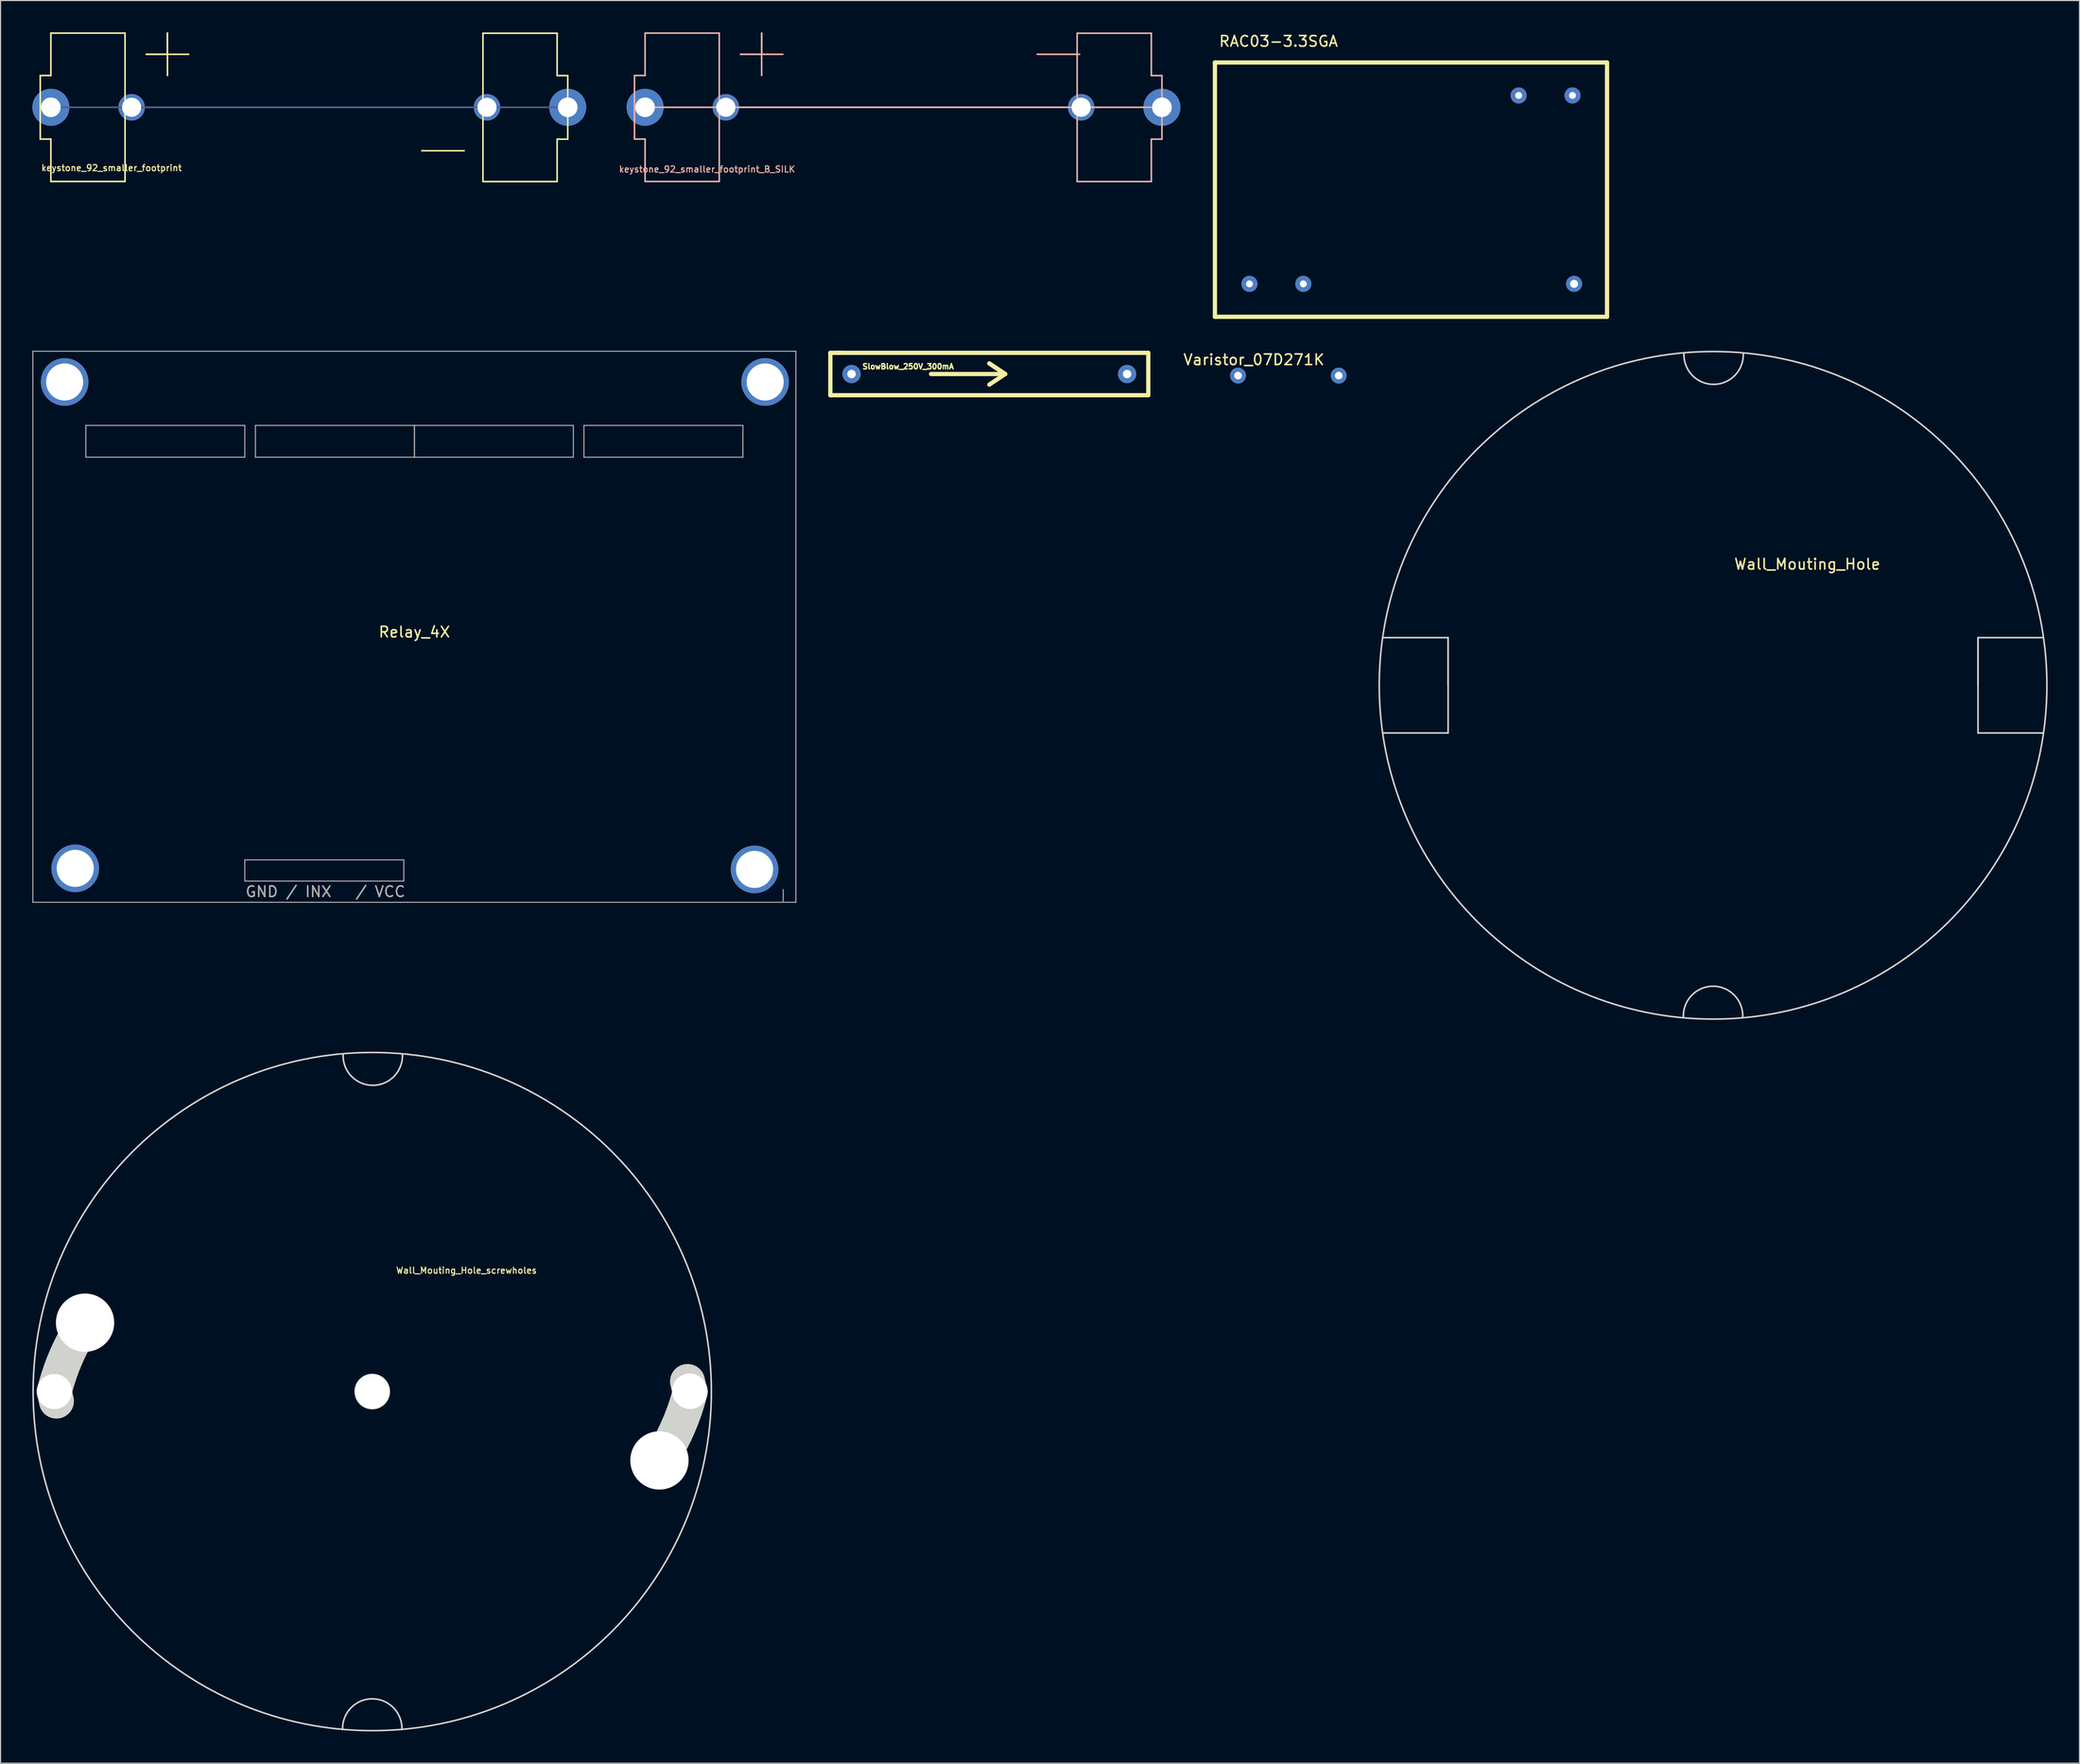
<source format=kicad_pcb>
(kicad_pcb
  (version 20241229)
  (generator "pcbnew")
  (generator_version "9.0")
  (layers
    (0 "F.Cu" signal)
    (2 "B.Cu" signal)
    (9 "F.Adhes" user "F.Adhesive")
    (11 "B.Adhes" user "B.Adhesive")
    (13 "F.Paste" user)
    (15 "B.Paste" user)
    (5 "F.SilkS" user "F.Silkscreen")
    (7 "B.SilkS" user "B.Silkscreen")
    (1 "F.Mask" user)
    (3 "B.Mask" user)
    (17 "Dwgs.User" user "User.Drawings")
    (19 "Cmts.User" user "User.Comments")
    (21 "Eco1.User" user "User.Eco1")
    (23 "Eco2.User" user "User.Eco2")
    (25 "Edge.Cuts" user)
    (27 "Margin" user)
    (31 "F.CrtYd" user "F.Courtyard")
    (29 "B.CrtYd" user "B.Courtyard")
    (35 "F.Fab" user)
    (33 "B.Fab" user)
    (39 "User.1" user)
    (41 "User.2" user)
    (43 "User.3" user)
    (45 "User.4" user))
  (footprint "Varistor_07D271K"
    (layer "F.Cu")
    (at 113.768 32.397)
    (property "Reference" "Varistor_07D271K" (at 1.5 -1.5 0) (layer "F.SilkS") (effects (font (size 1 1) (thickness 0.15))))
    (attr through_hole)
    (pad "1" thru_hole circle (at 0 0) (size 1.5 1.5) (drill 0.72) (layers "*.Cu" "*.Mask"))
    (pad "2" thru_hole circle (at 9.5 0) (size 1.5 1.5) (drill 0.72) (layers "*.Cu" "*.Mask")))
  (footprint "keystone_92_smaller_footprint_B_SILK"
    (layer "F.Cu")
    (at 57.818 7.075)
    (property "Reference" "keystone_92_smaller_footprint_B_SILK" (at 5.85 5.85 0) (layer "B.SilkS") (effects (font (size 0.584 0.584) (thickness 0.102))))
    (attr through_hole)
    (fp_line (start -1 -3) (end 0 -3) (stroke (width 0.15) (type solid)) (layer "B.SilkS"))
    (fp_line (start -1 3) (end -1 -3) (stroke (width 0.15) (type solid)) (layer "B.SilkS"))
    (fp_line (start 0 -7) (end 7 -7) (stroke (width 0.15) (type solid)) (layer "B.SilkS"))
    (fp_line (start 0 -3) (end 0 -7) (stroke (width 0.15) (type solid)) (layer "B.SilkS"))
    (fp_line (start 0 0) (end 48.82 0) (stroke (width 0.15) (type solid)) (layer "B.SilkS"))
    (fp_line (start 0 3) (end -1 3) (stroke (width 0.15) (type solid)) (layer "B.SilkS"))
    (fp_line (start 0 7) (end 0 3) (stroke (width 0.15) (type solid)) (layer "B.SilkS"))
    (fp_line (start 7 -7) (end 7 0) (stroke (width 0.15) (type solid)) (layer "B.SilkS"))
    (fp_line (start 7 0) (end 7 7) (stroke (width 0.15) (type solid)) (layer "B.SilkS"))
    (fp_line (start 7 0) (end 43 0) (stroke (width 0.15) (type solid)) (layer "B.SilkS"))
    (fp_line (start 7 7) (end 0 7) (stroke (width 0.15) (type solid)) (layer "B.SilkS"))
    (fp_line (start 9 -5) (end 13 -5) (stroke (width 0.15) (type solid)) (layer "B.SilkS"))
    (fp_line (start 11 -7) (end 11 -5) (stroke (width 0.15) (type solid)) (layer "B.SilkS"))
    (fp_line (start 11 -6) (end 11 -7) (stroke (width 0.15) (type solid)) (layer "B.SilkS"))
    (fp_line (start 11 -5) (end 9 -5) (stroke (width 0.15) (type solid)) (layer "B.SilkS"))
    (fp_line (start 11 -3) (end 11 -6) (stroke (width 0.15) (type solid)) (layer "B.SilkS"))
    (fp_line (start 40.77 -6.99) (end 40.77 0.01) (stroke (width 0.15) (type solid)) (layer "B.SilkS"))
    (fp_line (start 40.77 0.01) (end 40.77 7.01) (stroke (width 0.15) (type solid)) (layer "B.SilkS"))
    (fp_line (start 40.77 7.01) (end 47.77 7.01) (stroke (width 0.15) (type solid)) (layer "B.SilkS"))
    (fp_line (start 41 -5) (end 37 -5) (stroke (width 0.15) (type solid)) (layer "B.SilkS"))
    (fp_line (start 47.77 -6.99) (end 40.77 -6.99) (stroke (width 0.15) (type solid)) (layer "B.SilkS"))
    (fp_line (start 47.77 -2.99) (end 47.77 -6.99) (stroke (width 0.15) (type solid)) (layer "B.SilkS"))
    (fp_line (start 47.77 3.01) (end 48.77 3.01) (stroke (width 0.15) (type solid)) (layer "B.SilkS"))
    (fp_line (start 47.77 7.01) (end 47.77 3.01) (stroke (width 0.15) (type solid)) (layer "B.SilkS"))
    (fp_line (start 48.77 -2.99) (end 47.77 -2.99) (stroke (width 0.15) (type solid)) (layer "B.SilkS"))
    (fp_line (start 48.77 3.01) (end 48.77 -2.99) (stroke (width 0.15) (type solid)) (layer "B.SilkS"))
    (pad "1" thru_hole circle (at 0 0) (size 3.5 3.5) (drill 1.85) (layers "*.Cu" "*.Mask"))
    (pad "1" thru_hole circle (at 7.62 0) (size 2.5 2.5) (drill 1.8) (layers "*.Cu" "B.Mask"))
    (pad "2" thru_hole circle (at 41.15 0) (size 2.5 2.5) (drill 1.8) (layers "*.Cu" "B.Mask"))
    (pad "2" thru_hole circle (at 48.77 0) (size 3.5 3.5) (drill 1.85) (layers "*.Cu" "*.Mask")))
  (footprint "Wall_Mouting_Hole"
    (layer "F.Cu")
    (at 158.593 61.623)
    (property "Reference" "Wall_Mouting_Hole" (at 8.89 -11.43 0) (layer "F.SilkS") (effects (font (size 1 1) (thickness 0.15))))
    (attr through_hole)
    (fp_line (start -31.1 -4.5) (end -25 -4.5) (stroke (width 0.15) (type solid)) (layer "Edge.Cuts"))
    (fp_line (start -31 4.5) (end -31.1 4.5) (stroke (width 0.15) (type solid)) (layer "Edge.Cuts"))
    (fp_line (start -25 -4.5) (end -25 0) (stroke (width 0.15) (type solid)) (layer "Edge.Cuts"))
    (fp_line (start -25 0) (end -25 -4.5) (stroke (width 0.15) (type solid)) (layer "Edge.Cuts"))
    (fp_line (start -25 0) (end -25 4.5) (stroke (width 0.15) (type solid)) (layer "Edge.Cuts"))
    (fp_line (start -25 4.5) (end -31 4.5) (stroke (width 0.15) (type solid)) (layer "Edge.Cuts"))
    (fp_line (start -2.8 31.2) (end -2.8 31.3) (stroke (width 0.15) (type solid)) (layer "Edge.Cuts"))
    (fp_line (start -2.75 -31.2) (end -2.75 -31.3) (stroke (width 0.15) (type solid)) (layer "Edge.Cuts"))
    (fp_line (start 2.8 31.3) (end 2.8 31.2) (stroke (width 0.15) (type solid)) (layer "Edge.Cuts"))
    (fp_line (start 2.85 -31.2) (end 2.85 -31.3) (stroke (width 0.15) (type solid)) (layer "Edge.Cuts"))
    (fp_line (start 25 -4.5) (end 25 0) (stroke (width 0.15) (type solid)) (layer "Edge.Cuts"))
    (fp_line (start 25 0) (end 25 -4.5) (stroke (width 0.15) (type solid)) (layer "Edge.Cuts"))
    (fp_line (start 25 0) (end 25 4.5) (stroke (width 0.15) (type solid)) (layer "Edge.Cuts"))
    (fp_line (start 25 4.5) (end 31 4.5) (stroke (width 0.15) (type solid)) (layer "Edge.Cuts"))
    (fp_line (start 31 4.5) (end 31.1 4.5) (stroke (width 0.15) (type solid)) (layer "Edge.Cuts"))
    (fp_line (start 31.1 -4.5) (end 25 -4.5) (stroke (width 0.15) (type solid)) (layer "Edge.Cuts"))
    (fp_arc (start -2.8 31.2) (mid -1.979899 29.220101) (end 0 28.4) (stroke (width 0.15) (type solid)) (layer "Edge.Cuts"))
    (fp_arc (start 0 28.4) (mid 1.979899 29.220101) (end 2.8 31.2) (stroke (width 0.15) (type solid)) (layer "Edge.Cuts"))
    (fp_arc (start 0.05 -28.4) (mid -1.929899 -29.220101) (end -2.75 -31.2) (stroke (width 0.15) (type solid)) (layer "Edge.Cuts"))
    (fp_arc (start 2.85 -31.2) (mid 2.029899 -29.220101) (end 0.05 -28.4) (stroke (width 0.15) (type solid)) (layer "Edge.Cuts"))
    (fp_circle (center 0 0) (end 31.5 0) (stroke (width 0.15) (type solid)) (fill no) (layer "Edge.Cuts")))
  (footprint "keystone_92_smaller_footprint"
    (layer "F.Cu")
    (at 1.75 7.075)
    (property "Reference" "keystone_92_smaller_footprint" (at 5.725 5.725 0) (layer "F.SilkS") (effects (font (size 0.584 0.584) (thickness 0.102))))
    (attr through_hole)
    (fp_line (start -1 -3) (end 0 -3) (stroke (width 0.15) (type solid)) (layer "F.SilkS"))
    (fp_line (start -1 3) (end -1 -3) (stroke (width 0.15) (type solid)) (layer "F.SilkS"))
    (fp_line (start 0 -7) (end 7 -7) (stroke (width 0.15) (type solid)) (layer "F.SilkS"))
    (fp_line (start 0 -3) (end 0 -7) (stroke (width 0.15) (type solid)) (layer "F.SilkS"))
    (fp_line (start 0 3) (end -1 3) (stroke (width 0.15) (type solid)) (layer "F.SilkS"))
    (fp_line (start 0 7) (end 0 3) (stroke (width 0.15) (type solid)) (layer "F.SilkS"))
    (fp_line (start 7 -7) (end 7 0) (stroke (width 0.15) (type solid)) (layer "F.SilkS"))
    (fp_line (start 7 0) (end 7 7) (stroke (width 0.15) (type solid)) (layer "F.SilkS"))
    (fp_line (start 7 7) (end 0 7) (stroke (width 0.15) (type solid)) (layer "F.SilkS"))
    (fp_line (start 9 -5) (end 13 -5) (stroke (width 0.15) (type solid)) (layer "F.SilkS"))
    (fp_line (start 11 -7) (end 11 -5) (stroke (width 0.15) (type solid)) (layer "F.SilkS"))
    (fp_line (start 11 -6) (end 11 -7) (stroke (width 0.15) (type solid)) (layer "F.SilkS"))
    (fp_line (start 11 -5) (end 9 -5) (stroke (width 0.15) (type solid)) (layer "F.SilkS"))
    (fp_line (start 11 -3) (end 11 -6) (stroke (width 0.15) (type solid)) (layer "F.SilkS"))
    (fp_line (start 39 4.1) (end 35 4.1) (stroke (width 0.15) (type solid)) (layer "F.SilkS"))
    (fp_line (start 40.77 -6.99) (end 40.77 0.01) (stroke (width 0.15) (type solid)) (layer "F.SilkS"))
    (fp_line (start 40.77 0.01) (end 40.77 7.01) (stroke (width 0.15) (type solid)) (layer "F.SilkS"))
    (fp_line (start 40.77 7.01) (end 47.77 7.01) (stroke (width 0.15) (type solid)) (layer "F.SilkS"))
    (fp_line (start 47.77 -6.99) (end 40.77 -6.99) (stroke (width 0.15) (type solid)) (layer "F.SilkS"))
    (fp_line (start 47.77 -2.99) (end 47.77 -6.99) (stroke (width 0.15) (type solid)) (layer "F.SilkS"))
    (fp_line (start 47.77 3.01) (end 48.77 3.01) (stroke (width 0.15) (type solid)) (layer "F.SilkS"))
    (fp_line (start 47.77 7.01) (end 47.77 3.01) (stroke (width 0.15) (type solid)) (layer "F.SilkS"))
    (fp_line (start 48.77 -2.99) (end 47.77 -2.99) (stroke (width 0.15) (type solid)) (layer "F.SilkS"))
    (fp_line (start 48.77 3.01) (end 48.77 -2.99) (stroke (width 0.15) (type solid)) (layer "F.SilkS"))
    (fp_line (start 0 0) (end 48.82 0) (stroke (width 0.15) (type solid)) (layer "B.Fab"))
    (fp_line (start 7 0) (end 43 0) (stroke (width 0.15) (type solid)) (layer "B.Fab"))
    (pad "1" thru_hole circle (at 0 0) (size 3.5 3.5) (drill 1.85) (layers "*.Cu" "*.Mask"))
    (pad "1" thru_hole circle (at 7.62 0) (size 2.5 2.5) (drill 1.8) (layers "*.Cu" "B.Mask"))
    (pad "2" thru_hole circle (at 41.15 0) (size 2.5 2.5) (drill 1.8) (layers "*.Cu" "B.Mask"))
    (pad "2" thru_hole circle (at 48.77 0) (size 3.5 3.5) (drill 1.85) (layers "*.Cu" "*.Mask")))
  (footprint "SlowBlow_250V_300mA"
    (layer "F.Cu")
    (at 77.3 32.248)
    (property "Reference" "SlowBlow_250V_300mA" (at 5.338 -0.709 0) (layer "F.SilkS") (effects (font (size 0.5 0.5) (thickness 0.125))))
    (attr through_hole)
    (fp_line (start -2 -2) (end -2 2) (stroke (width 0.4) (type solid)) (layer "F.SilkS"))
    (fp_line (start -2 2) (end 28 2) (stroke (width 0.4) (type solid)) (layer "F.SilkS"))
    (fp_line (start -1 -2) (end -2 -2) (stroke (width 0.4) (type solid)) (layer "F.SilkS"))
    (fp_line (start 7.5 0) (end 14.5 0) (stroke (width 0.4) (type solid)) (layer "F.SilkS"))
    (fp_line (start 13 -1) (end 14.5 0) (stroke (width 0.4) (type solid)) (layer "F.SilkS"))
    (fp_line (start 14.5 0) (end 13 -1) (stroke (width 0.4) (type solid)) (layer "F.SilkS"))
    (fp_line (start 14.5 0) (end 13 1) (stroke (width 0.4) (type solid)) (layer "F.SilkS"))
    (fp_line (start 28 -2) (end -1.5 -2) (stroke (width 0.4) (type solid)) (layer "F.SilkS"))
    (fp_line (start 28 2) (end 28 -2) (stroke (width 0.4) (type solid)) (layer "F.SilkS"))
    (pad "1" thru_hole circle (at 0 0) (size 1.724 1.724) (drill 0.8) (layers "*.Cu" "*.Mask"))
    (pad "2" thru_hole circle (at 26 0) (size 1.724 1.724) (drill 0.8) (layers "*.Cu" "*.Mask")))
  (footprint "RAC03-3.3SGA"
    (layer "F.Cu")
    (at 111.588 2.848)
    (property "Reference" "RAC03-3.3SGA" (at 6 -2 0) (layer "F.SilkS") (effects (font (size 1 1) (thickness 0.15))))
    (attr through_hole)
    (fp_line (start 0 0) (end 0 24) (stroke (width 0.4) (type solid)) (layer "F.SilkS"))
    (fp_line (start 0 24) (end 37 24) (stroke (width 0.4) (type solid)) (layer "F.SilkS"))
    (fp_line (start 37 0) (end 0 0) (stroke (width 0.4) (type solid)) (layer "F.SilkS"))
    (fp_line (start 37 24) (end 37 0) (stroke (width 0.4) (type solid)) (layer "F.SilkS"))
    (pad "1" thru_hole circle (at 3.26 20.89) (size 1.524 1.524) (drill 0.65) (layers "*.Cu" "*.Mask"))
    (pad "2" thru_hole circle (at 8.34 20.89) (size 1.524 1.524) (drill 0.65) (layers "*.Cu" "*.Mask"))
    (pad "3" thru_hole circle (at 33.89 20.89) (size 1.524 1.524) (drill 0.762) (layers "*.Cu" "*.Mask"))
    (pad "4" thru_hole circle (at 33.74 3.11) (size 1.524 1.524) (drill 0.65) (layers "*.Cu" "*.Mask"))
    (pad "5" thru_hole circle (at 28.66 3.11) (size 1.524 1.524) (drill 0.65) (layers "*.Cu" "*.Mask")))
  (footprint "Wall_Mouting_Hole_screwholes"
    (layer "F.Cu")
    (at 32.075 128.273)
    (property "Reference" "Wall_Mouting_Hole_screwholes" (at 8.89 -11.43 0) (layer "F.SilkS") (effects (font (size 0.584 0.584) (thickness 0.102))))
    (attr through_hole)
    (fp_line (start -30 0) (end -29.8 0.9) (stroke (width 3.3) (type solid)) (layer "Edge.Cuts"))
    (fp_line (start -2.8 31.8) (end -2.8 31.9) (stroke (width 0.15) (type solid)) (layer "Edge.Cuts"))
    (fp_line (start -2.75 -31.7) (end -2.75 -31.8) (stroke (width 0.15) (type solid)) (layer "Edge.Cuts"))
    (fp_line (start 2.8 31.9) (end 2.8 31.8) (stroke (width 0.15) (type solid)) (layer "Edge.Cuts"))
    (fp_line (start 2.85 -31.7) (end 2.85 -31.8) (stroke (width 0.15) (type solid)) (layer "Edge.Cuts"))
    (fp_line (start 29.95 -0.05) (end 29.75 -0.95) (stroke (width 3.3) (type solid)) (layer "Edge.Cuts"))
    (fp_arc (start -30 0) (mid -29.159792 -2.619103) (end -27.98491 -5.10613) (stroke (width 3.3) (type solid)) (layer "Edge.Cuts"))
    (fp_arc (start -2.8 31.8) (mid -1.979899 29.820101) (end 0 29) (stroke (width 0.15) (type solid)) (layer "Edge.Cuts"))
    (fp_arc (start 0 29) (mid 1.979899 29.820101) (end 2.8 31.8) (stroke (width 0.15) (type solid)) (layer "Edge.Cuts"))
    (fp_arc (start 0.05 -28.9) (mid -1.929899 -29.720101) (end -2.75 -31.7) (stroke (width 0.15) (type solid)) (layer "Edge.Cuts"))
    (fp_arc (start 2.85 -31.7) (mid 2.029899 -29.720101) (end 0.05 -28.9) (stroke (width 0.15) (type solid)) (layer "Edge.Cuts"))
    (fp_arc (start 30 0) (mid 29.159792 2.619103) (end 27.98491 5.10613) (stroke (width 3.3) (type solid)) (layer "Edge.Cuts"))
    (fp_circle (center 0 0) (end 1.6 0.14) (stroke (width 0.15) (type solid)) (fill no) (layer "Edge.Cuts"))
    (fp_circle (center 0 0) (end 32 0) (stroke (width 0.15) (type solid)) (fill no) (layer "Edge.Cuts"))
    (pad "" np_thru_hole circle (at -30 0 180) (size 3.3 3.3) (drill 3.3) (layers "*.Cu" "*.Mask"))
    (pad "" np_thru_hole circle (at -30 0) (size 3.3 3.3) (drill 3.3) (layers "*.Cu" "*.Mask"))
    (pad "" np_thru_hole circle (at -27.1 -6.5 180) (size 5.5 5.5) (drill 5.5) (layers "*.Cu" "*.Mask"))
    (pad "" np_thru_hole circle (at 0 0) (size 3.3 3.3) (drill 3.3) (layers "*.Cu" "*.Mask"))
    (pad "" np_thru_hole circle (at 27.1 6.5) (size 5.5 5.5) (drill 5.5) (layers "*.Cu" "*.Mask"))
    (pad "" np_thru_hole circle (at 29.95 -0.05) (size 3.3 3.3) (drill 3.3) (layers "*.Cu" "*.Mask"))
    (pad "" np_thru_hole circle (at 29.95 -0.05 180) (size 3.3 3.3) (drill 3.3) (layers "*.Cu" "*.Mask"))
    (pad "" np_thru_hole circle (at 30 0) (size 3.3 3.3) (drill 3.3) (layers "*.Cu" "*.Mask")))
  (footprint "Relay_4X"
    (layer "F.Cu")
    (at 36.05 56.098)
    (property "Reference" "Relay_4X" (at 0 0.5 0) (layer "F.SilkS") (effects (font (size 1 1) (thickness 0.15))))
    (attr through_hole)
    (fp_line (start -36 -26) (end 36 -26) (stroke (width 0.1) (type solid)) (layer "F.Fab"))
    (fp_line (start -36 26) (end -36 -26) (stroke (width 0.1) (type solid)) (layer "F.Fab"))
    (fp_line (start -31 -19) (end -31 -16) (stroke (width 0.1) (type solid)) (layer "F.Fab"))
    (fp_line (start -31 -16) (end -16 -16) (stroke (width 0.1) (type solid)) (layer "F.Fab"))
    (fp_line (start -16 -19) (end -31 -19) (stroke (width 0.1) (type solid)) (layer "F.Fab"))
    (fp_line (start -16 -16) (end -16 -19) (stroke (width 0.1) (type solid)) (layer "F.Fab"))
    (fp_line (start -16 22) (end -1 22) (stroke (width 0.1) (type solid)) (layer "F.Fab"))
    (fp_line (start -16 24) (end -16 22) (stroke (width 0.1) (type solid)) (layer "F.Fab"))
    (fp_line (start -15 -19) (end -15 -16) (stroke (width 0.1) (type solid)) (layer "F.Fab"))
    (fp_line (start -15 -16) (end 0 -16) (stroke (width 0.1) (type solid)) (layer "F.Fab"))
    (fp_line (start -1 22) (end -1 24) (stroke (width 0.1) (type solid)) (layer "F.Fab"))
    (fp_line (start -1 24) (end -16 24) (stroke (width 0.1) (type solid)) (layer "F.Fab"))
    (fp_line (start 0 -19) (end -15 -19) (stroke (width 0.1) (type solid)) (layer "F.Fab"))
    (fp_line (start 0 -19) (end 0 -16) (stroke (width 0.1) (type solid)) (layer "F.Fab"))
    (fp_line (start 0 -16) (end 0 -19) (stroke (width 0.1) (type solid)) (layer "F.Fab"))
    (fp_line (start 0 -16) (end 15 -16) (stroke (width 0.1) (type solid)) (layer "F.Fab"))
    (fp_line (start 15 -19) (end 0 -19) (stroke (width 0.1) (type solid)) (layer "F.Fab"))
    (fp_line (start 15 -16) (end 15 -19) (stroke (width 0.1) (type solid)) (layer "F.Fab"))
    (fp_line (start 16 -19) (end 16 -16) (stroke (width 0.1) (type solid)) (layer "F.Fab"))
    (fp_line (start 16 -16) (end 31 -16) (stroke (width 0.1) (type solid)) (layer "F.Fab"))
    (fp_line (start 31 -19) (end 16 -19) (stroke (width 0.1) (type solid)) (layer "F.Fab"))
    (fp_line (start 31 -16) (end 31 -19) (stroke (width 0.1) (type solid)) (layer "F.Fab"))
    (fp_line (start 34.8 25.9) (end 34.8 24.8) (stroke (width 0.1) (type solid)) (layer "F.Fab"))
    (fp_line (start 36 -26) (end 36 26) (stroke (width 0.1) (type solid)) (layer "F.Fab"))
    (fp_line (start 36 26) (end -36 26) (stroke (width 0.1) (type solid)) (layer "F.Fab"))
    (fp_text user "GND / INX   / VCC" (at -8.4 25 0) (layer "F.Fab") (effects (font (size 1 1) (thickness 0.15))))
    (pad "" np_thru_hole circle (at -33 -23.1) (size 4.5 4.5) (drill 3.5) (layers "*.Cu" "*.Mask"))
    (pad "" np_thru_hole circle (at -32 22.8) (size 4.5 4.5) (drill 3.5) (layers "*.Cu" "*.Mask"))
    (pad "" np_thru_hole circle (at 32.1 22.9) (size 4.5 4.5) (drill 3.5) (layers "*.Cu" "*.Mask"))
    (pad "" np_thru_hole circle (at 33.1 -23.1) (size 4.5 4.5) (drill 3.5) (layers "*.Cu" "*.Mask")))
  (gr_rect
    (start -3 -3)
    (end 193.168 163.348)
    (stroke (width 0.1) (type default))
    (fill no)
    (layer "Edge.Cuts")))
</source>
